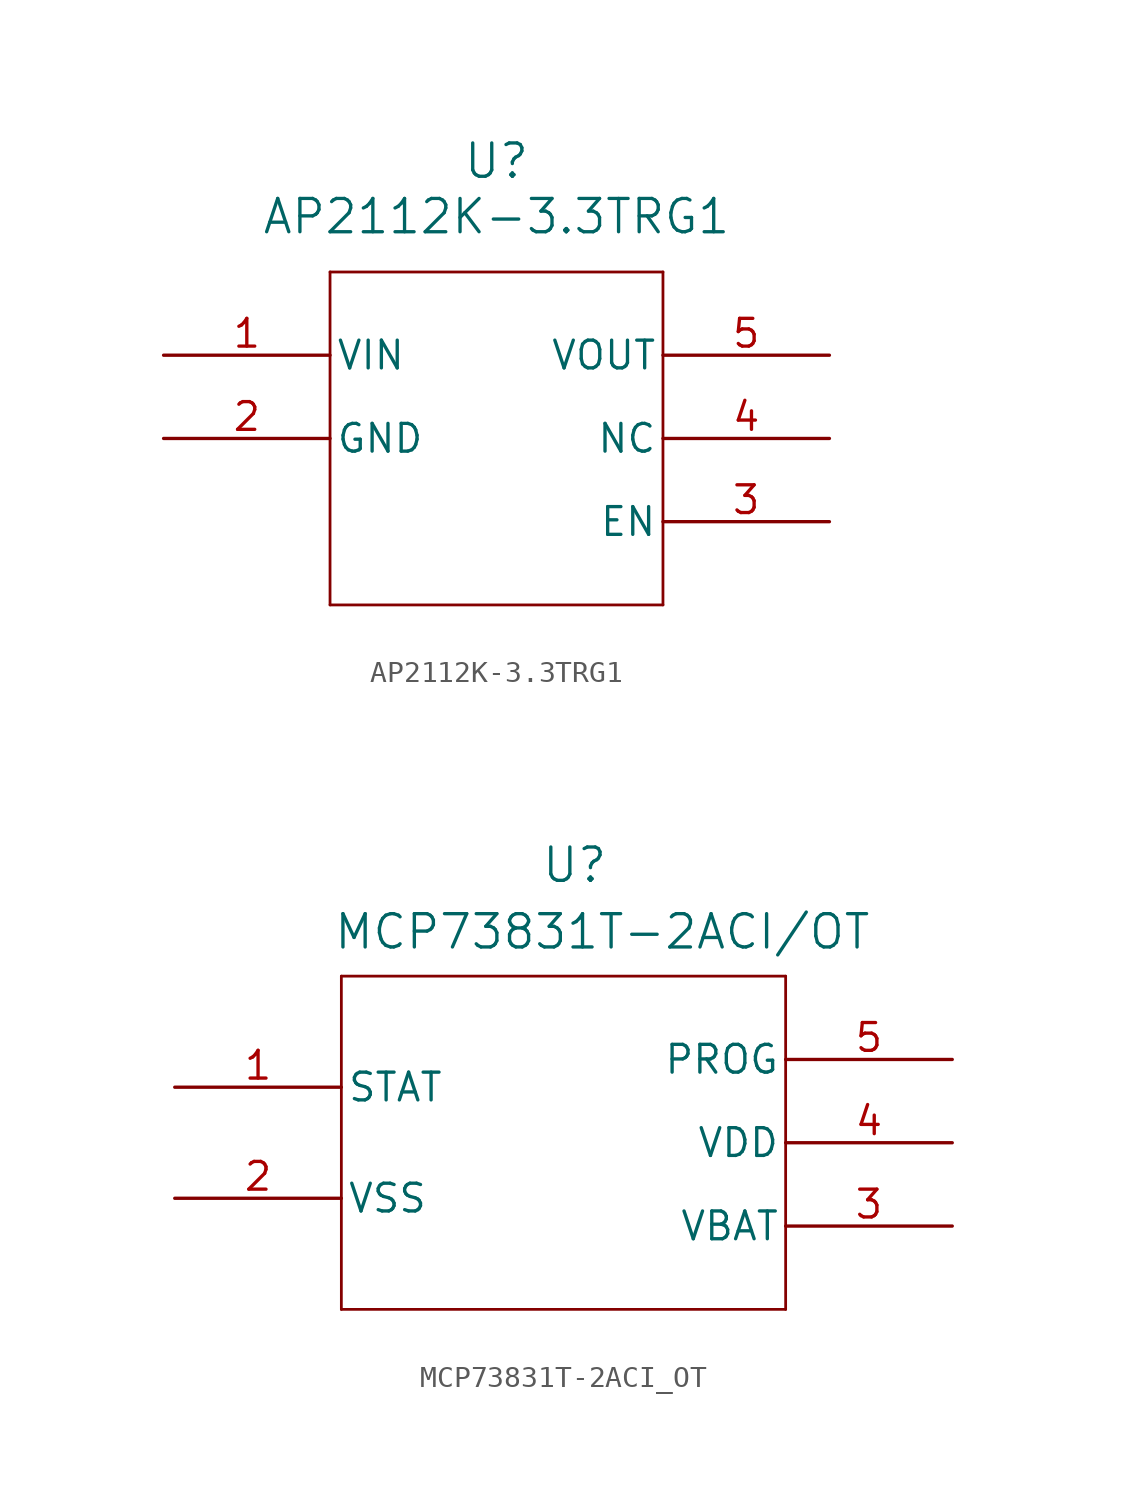
<source format=kicad_sym>
(kicad_symbol_lib
  (version 20231120)
  (generator "kicad_symbol_editor")
  (generator_version "8.0")
  (symbol "AP2112K-3.3TRG1"
    (pin_names
      (offset 0.254))
    (property "Reference" "U"
      (at 0 12.7 0)
      (effects (font (size 1.524 1.524))))
    (property "Value" "AP2112K-3.3TRG1"
      (at 0 10.16 0)
      (effects (font (size 1.524 1.524))))
    (symbol "AP2112K-3.3TRG1_0_1"
      (polyline (pts (xy -7.62 -7.62) (xy 7.62 -7.62)) (stroke (width 0.127) (type default)) (fill (type none)))
      (polyline (pts (xy -7.62 7.62) (xy -7.62 -7.62)) (stroke (width 0.127) (type default)) (fill (type none)))
      (polyline (pts (xy 7.62 -7.62) (xy 7.62 7.62)) (stroke (width 0.127) (type default)) (fill (type none)))
      (polyline (pts (xy 7.62 7.62) (xy -7.62 7.62)) (stroke (width 0.127) (type default)) (fill (type none)))
      (pin unspecified line (at -15.24 3.81 0) (length 7.62) (name "VIN" (effects (font (size 1.27 1.27)))) (number "1" (effects (font (size 1.27 1.27)))))
      (pin unspecified line (at -15.24 0 0) (length 7.62) (name "GND" (effects (font (size 1.27 1.27)))) (number "2" (effects (font (size 1.27 1.27)))))
      (pin unspecified line (at 15.24 -3.81 180) (length 7.62) (name "EN" (effects (font (size 1.27 1.27)))) (number "3" (effects (font (size 1.27 1.27)))))
      (pin unspecified line (at 15.24 0 180) (length 7.62) (name "NC" (effects (font (size 1.27 1.27)))) (number "4" (effects (font (size 1.27 1.27)))))
      (pin unspecified line (at 15.24 3.81 180) (length 7.62) (name "VOUT" (effects (font (size 1.27 1.27)))) (number "5" (effects (font (size 1.27 1.27)))))))
  (symbol "MCP73831T-2ACI_OT"
    (pin_names
      (offset 0.254))
    (property "Reference" "U"
      (at 0.508 12.7 0)
      (effects (font (size 1.524 1.524))))
    (property "Value" "MCP73831T-2ACI/OT"
      (at 1.778 9.652 0)
      (effects (font (size 1.524 1.524))))
    (symbol "MCP73831T-2ACI_OT_0_1"
      (polyline (pts (xy -10.16 -7.62) (xy 10.16 -7.62)) (stroke (width 0.127) (type default)) (fill (type none)))
      (polyline (pts (xy -10.16 7.62) (xy -10.16 -7.62)) (stroke (width 0.127) (type default)) (fill (type none)))
      (polyline (pts (xy 10.16 -7.62) (xy 10.16 7.62)) (stroke (width 0.127) (type default)) (fill (type none)))
      (polyline (pts (xy 10.16 7.62) (xy -10.16 7.62)) (stroke (width 0.127) (type default)) (fill (type none)))
      (pin unspecified line (at -17.78 2.54 0) (length 7.62) (name "STAT" (effects (font (size 1.27 1.27)))) (number "1" (effects (font (size 1.27 1.27)))))
      (pin unspecified line (at -17.78 -2.54 0) (length 7.62) (name "VSS" (effects (font (size 1.27 1.27)))) (number "2" (effects (font (size 1.27 1.27)))))
      (pin unspecified line (at 17.78 -3.81 180) (length 7.62) (name "VBAT" (effects (font (size 1.27 1.27)))) (number "3" (effects (font (size 1.27 1.27)))))
      (pin unspecified line (at 17.78 0 180) (length 7.62) (name "VDD" (effects (font (size 1.27 1.27)))) (number "4" (effects (font (size 1.27 1.27)))))
      (pin unspecified line (at 17.78 3.81 180) (length 7.62) (name "PROG" (effects (font (size 1.27 1.27)))) (number "5" (effects (font (size 1.27 1.27))))))))
</source>
